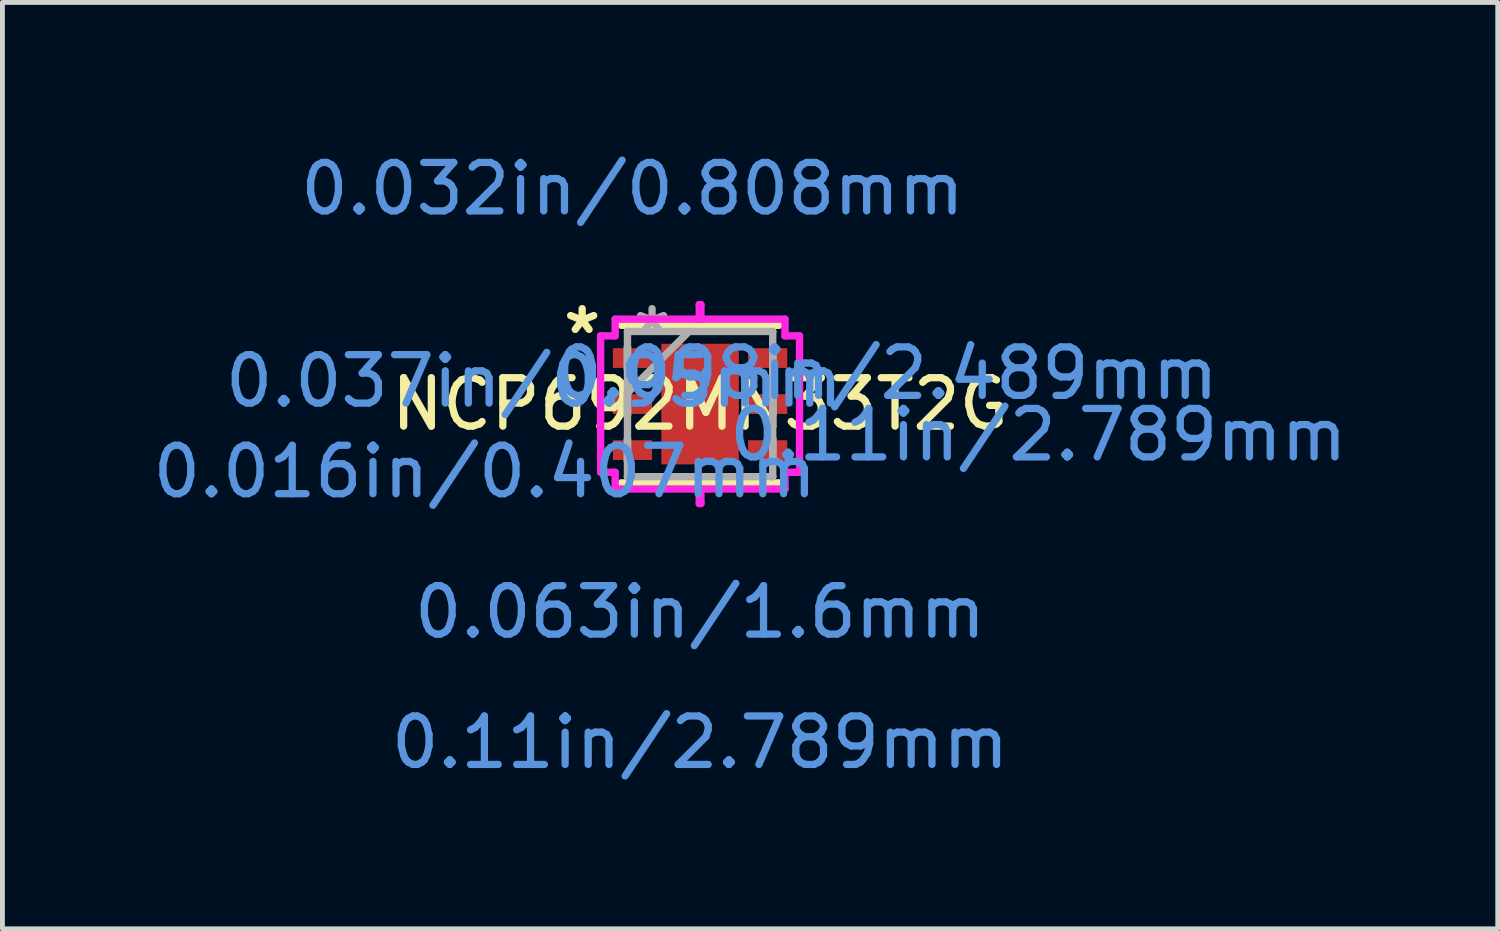
<source format=kicad_pcb>
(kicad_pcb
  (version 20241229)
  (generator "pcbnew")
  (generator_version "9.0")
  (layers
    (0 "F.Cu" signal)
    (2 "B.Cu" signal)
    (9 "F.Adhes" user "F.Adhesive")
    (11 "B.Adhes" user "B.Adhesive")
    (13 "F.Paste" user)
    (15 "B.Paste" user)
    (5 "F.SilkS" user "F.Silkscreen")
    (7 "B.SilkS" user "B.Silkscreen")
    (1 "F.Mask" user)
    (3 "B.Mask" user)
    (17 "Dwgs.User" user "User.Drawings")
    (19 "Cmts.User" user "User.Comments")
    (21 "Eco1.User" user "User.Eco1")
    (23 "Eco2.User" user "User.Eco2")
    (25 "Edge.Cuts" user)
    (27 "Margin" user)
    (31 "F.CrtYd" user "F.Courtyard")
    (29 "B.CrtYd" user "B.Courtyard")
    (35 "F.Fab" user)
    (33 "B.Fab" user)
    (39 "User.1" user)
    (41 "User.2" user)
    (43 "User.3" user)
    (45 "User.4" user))
  (footprint "NCP692MN33T2G"
    (layer "F.Cu")
    (at 11.401 5.291)
    (property "Reference" "NCP692MN33T2G" (at 0 0 0) (layer "F.SilkS") (effects (font (size 1 1) (thickness 0.15))))
    (attr through_hole)
    (fp_line (start -1.626 1.626) (end 1.626 1.626) (stroke (width 0.152) (type solid)) (layer "F.SilkS"))
    (fp_line (start 1.626 -1.626) (end -1.626 -1.626) (stroke (width 0.152) (type solid)) (layer "F.SilkS"))
    (fp_line (start -2.053 -1.408) (end -1.753 -1.408) (stroke (width 0.152) (type solid)) (layer "F.CrtYd"))
    (fp_line (start -2.053 1.408) (end -2.053 -1.408) (stroke (width 0.152) (type solid)) (layer "F.CrtYd"))
    (fp_line (start -1.753 -1.753) (end 0.017 -1.753) (stroke (width 0.152) (type solid)) (layer "F.CrtYd"))
    (fp_line (start -1.753 -1.408) (end -1.753 -1.753) (stroke (width 0.152) (type solid)) (layer "F.CrtYd"))
    (fp_line (start -1.753 1.408) (end -2.053 1.408) (stroke (width 0.152) (type solid)) (layer "F.CrtYd"))
    (fp_line (start -1.753 1.753) (end -1.753 1.408) (stroke (width 0.152) (type solid)) (layer "F.CrtYd"))
    (fp_line (start -0.017 -2.053) (end -0.017 -1.753) (stroke (width 0.152) (type solid)) (layer "F.CrtYd"))
    (fp_line (start -0.017 -1.753) (end 1.753 -1.753) (stroke (width 0.152) (type solid)) (layer "F.CrtYd"))
    (fp_line (start -0.017 1.753) (end -0.017 2.053) (stroke (width 0.152) (type solid)) (layer "F.CrtYd"))
    (fp_line (start -0.017 2.053) (end 0.017 2.053) (stroke (width 0.152) (type solid)) (layer "F.CrtYd"))
    (fp_line (start 0.017 -2.053) (end -0.017 -2.053) (stroke (width 0.152) (type solid)) (layer "F.CrtYd"))
    (fp_line (start 0.017 -1.753) (end 0.017 -2.053) (stroke (width 0.152) (type solid)) (layer "F.CrtYd"))
    (fp_line (start 0.017 1.753) (end -1.753 1.753) (stroke (width 0.152) (type solid)) (layer "F.CrtYd"))
    (fp_line (start 0.017 2.053) (end 0.017 1.753) (stroke (width 0.152) (type solid)) (layer "F.CrtYd"))
    (fp_line (start 1.753 -1.753) (end 1.753 -1.408) (stroke (width 0.152) (type solid)) (layer "F.CrtYd"))
    (fp_line (start 1.753 -1.408) (end 2.053 -1.408) (stroke (width 0.152) (type solid)) (layer "F.CrtYd"))
    (fp_line (start 1.753 1.408) (end 1.753 1.753) (stroke (width 0.152) (type solid)) (layer "F.CrtYd"))
    (fp_line (start 1.753 1.753) (end -0.017 1.753) (stroke (width 0.152) (type solid)) (layer "F.CrtYd"))
    (fp_line (start 2.053 -1.408) (end 2.053 1.408) (stroke (width 0.152) (type solid)) (layer "F.CrtYd"))
    (fp_line (start 2.053 1.408) (end 1.753 1.408) (stroke (width 0.152) (type solid)) (layer "F.CrtYd"))
    (fp_line (start -1.499 -1.499) (end -1.499 -1.499) (stroke (width 0.152) (type solid)) (layer "F.Fab"))
    (fp_line (start -1.499 -1.499) (end -1.499 1.499) (stroke (width 0.152) (type solid)) (layer "F.Fab"))
    (fp_line (start -1.499 -1.179) (end -1.499 -1.179) (stroke (width 0.152) (type solid)) (layer "F.Fab"))
    (fp_line (start -1.499 -1.179) (end -1.499 -0.721) (stroke (width 0.152) (type solid)) (layer "F.Fab"))
    (fp_line (start -1.499 -0.721) (end -1.499 -1.179) (stroke (width 0.152) (type solid)) (layer "F.Fab"))
    (fp_line (start -1.499 -0.721) (end -1.499 -0.721) (stroke (width 0.152) (type solid)) (layer "F.Fab"))
    (fp_line (start -1.499 -0.229) (end -1.499 -0.229) (stroke (width 0.152) (type solid)) (layer "F.Fab"))
    (fp_line (start -1.499 -0.229) (end -1.499 0.229) (stroke (width 0.152) (type solid)) (layer "F.Fab"))
    (fp_line (start -1.499 -0.229) (end -0.229 -1.499) (stroke (width 0.152) (type solid)) (layer "F.Fab"))
    (fp_line (start -1.499 0.229) (end -1.499 -0.229) (stroke (width 0.152) (type solid)) (layer "F.Fab"))
    (fp_line (start -1.499 0.229) (end -1.499 0.229) (stroke (width 0.152) (type solid)) (layer "F.Fab"))
    (fp_line (start -1.499 0.721) (end -1.499 0.721) (stroke (width 0.152) (type solid)) (layer "F.Fab"))
    (fp_line (start -1.499 0.721) (end -1.499 1.179) (stroke (width 0.152) (type solid)) (layer "F.Fab"))
    (fp_line (start -1.499 1.179) (end -1.499 0.721) (stroke (width 0.152) (type solid)) (layer "F.Fab"))
    (fp_line (start -1.499 1.179) (end -1.499 1.179) (stroke (width 0.152) (type solid)) (layer "F.Fab"))
    (fp_line (start -1.499 1.499) (end -1.499 1.499) (stroke (width 0.152) (type solid)) (layer "F.Fab"))
    (fp_line (start -1.499 1.499) (end 1.499 1.499) (stroke (width 0.152) (type solid)) (layer "F.Fab"))
    (fp_line (start 1.499 -1.499) (end -1.499 -1.499) (stroke (width 0.152) (type solid)) (layer "F.Fab"))
    (fp_line (start 1.499 -1.499) (end 1.499 -1.499) (stroke (width 0.152) (type solid)) (layer "F.Fab"))
    (fp_line (start 1.499 -1.179) (end 1.499 -1.179) (stroke (width 0.152) (type solid)) (layer "F.Fab"))
    (fp_line (start 1.499 -1.179) (end 1.499 -0.721) (stroke (width 0.152) (type solid)) (layer "F.Fab"))
    (fp_line (start 1.499 -0.721) (end 1.499 -1.179) (stroke (width 0.152) (type solid)) (layer "F.Fab"))
    (fp_line (start 1.499 -0.721) (end 1.499 -0.721) (stroke (width 0.152) (type solid)) (layer "F.Fab"))
    (fp_line (start 1.499 -0.229) (end 1.499 -0.229) (stroke (width 0.152) (type solid)) (layer "F.Fab"))
    (fp_line (start 1.499 -0.229) (end 1.499 0.229) (stroke (width 0.152) (type solid)) (layer "F.Fab"))
    (fp_line (start 1.499 0.229) (end 1.499 -0.229) (stroke (width 0.152) (type solid)) (layer "F.Fab"))
    (fp_line (start 1.499 0.229) (end 1.499 0.229) (stroke (width 0.152) (type solid)) (layer "F.Fab"))
    (fp_line (start 1.499 0.721) (end 1.499 0.721) (stroke (width 0.152) (type solid)) (layer "F.Fab"))
    (fp_line (start 1.499 0.721) (end 1.499 1.179) (stroke (width 0.152) (type solid)) (layer "F.Fab"))
    (fp_line (start 1.499 1.179) (end 1.499 0.721) (stroke (width 0.152) (type solid)) (layer "F.Fab"))
    (fp_line (start 1.499 1.179) (end 1.499 1.179) (stroke (width 0.152) (type solid)) (layer "F.Fab"))
    (fp_line (start 1.499 1.499) (end 1.499 -1.499) (stroke (width 0.152) (type solid)) (layer "F.Fab"))
    (fp_line (start 1.499 1.499) (end 1.499 1.499) (stroke (width 0.152) (type solid)) (layer "F.Fab"))
    (fp_text user "*" (at -2.434 -1.425 0) (layer "F.SilkS") (effects (font (size 1 1) (thickness 0.15))))
    (fp_text user "0.11in/2.789mm" (at 6.983 0.635 0) (layer "Cmts.User") (effects (font (size 1 1) (thickness 0.15))))
    (fp_text user "0.037in/0.95mm" (at -3.427 -0.475 0) (layer "Cmts.User") (effects (font (size 1 1) (thickness 0.15))))
    (fp_text user "0.016in/0.407mm" (at -4.443 1.395 0) (layer "Cmts.User") (effects (font (size 1 1) (thickness 0.15))))
    (fp_text user "0.063in/1.6mm" (at 0 4.293 0) (layer "Cmts.User") (effects (font (size 1 1) (thickness 0.15))))
    (fp_text user "0.032in/0.808mm" (at -1.395 -4.443 0) (layer "Cmts.User") (effects (font (size 1 1) (thickness 0.15))))
    (fp_text user "0.098in/2.489mm" (at 3.848 -0.635 0) (layer "Cmts.User") (effects (font (size 1 1) (thickness 0.15))))
    (fp_text user "Copyright 2016 Accelerated Designs. All rights reserved." (at 0 0 0) (layer "Cmts.User") (effects (font (size 0.127 0.127) (thickness 0.002))))
    (fp_text user "0.11in/2.789mm" (at 0 6.983 0) (layer "Cmts.User") (effects (font (size 1 1) (thickness 0.15))))
    (fp_text user "*" (at -0.991 -1.425 0) (layer "F.Fab") (effects (font (size 1 1) (thickness 0.15))))
    (pad "1" smd rect (at -1.395 -0.95 90) (size 0.407 0.808) (layers "F.Cu" "F.Mask" "F.Paste"))
    (pad "2" smd rect (at -1.395 0 90) (size 0.407 0.808) (layers "F.Cu" "F.Mask" "F.Paste"))
    (pad "3" smd rect (at -1.395 0.95 90) (size 0.407 0.808) (layers "F.Cu" "F.Mask" "F.Paste"))
    (pad "4" smd rect (at 1.395 0.95 90) (size 0.407 0.808) (layers "F.Cu" "F.Mask" "F.Paste"))
    (pad "5" smd rect (at 1.395 0 90) (size 0.407 0.808) (layers "F.Cu" "F.Mask" "F.Paste"))
    (pad "6" smd rect (at 1.395 -0.95 90) (size 0.407 0.808) (layers "F.Cu" "F.Mask" "F.Paste"))
    (pad "7" smd rect (at 0 0) (size 1.6 2.489) (layers "F.Cu" "F.Mask" "F.Paste")))
  (gr_rect
    (start -3 -3)
    (end 27.866 16.122)
    (stroke (width 0.1) (type default))
    (fill no)
    (layer "Edge.Cuts")))
</source>
